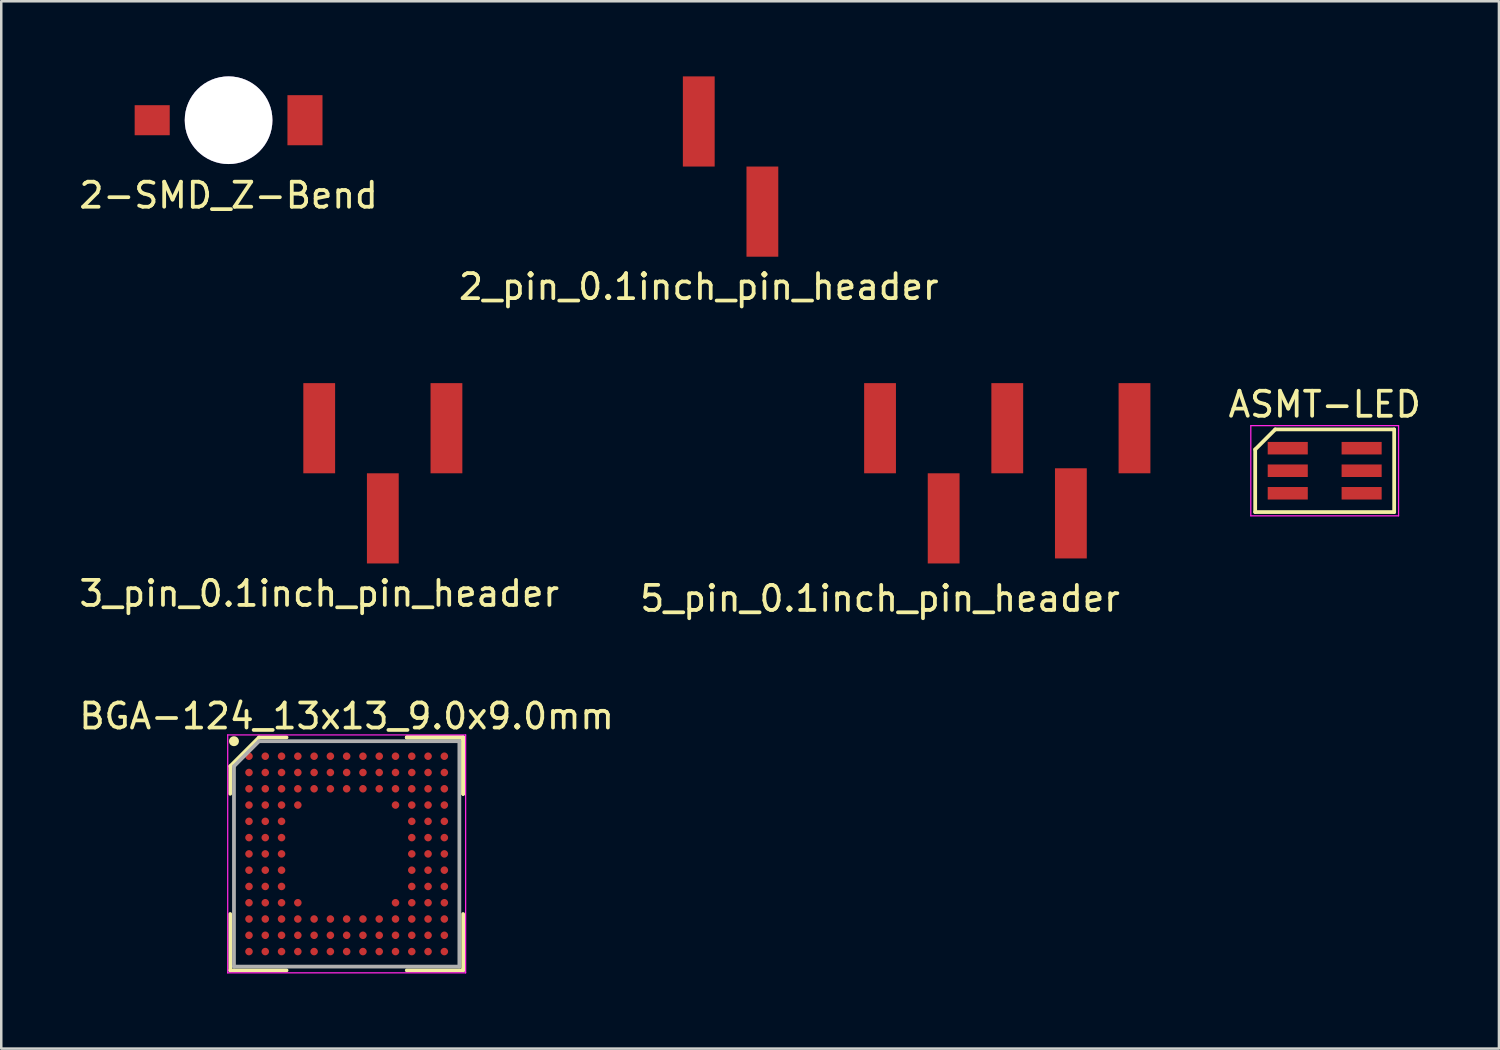
<source format=kicad_pcb>
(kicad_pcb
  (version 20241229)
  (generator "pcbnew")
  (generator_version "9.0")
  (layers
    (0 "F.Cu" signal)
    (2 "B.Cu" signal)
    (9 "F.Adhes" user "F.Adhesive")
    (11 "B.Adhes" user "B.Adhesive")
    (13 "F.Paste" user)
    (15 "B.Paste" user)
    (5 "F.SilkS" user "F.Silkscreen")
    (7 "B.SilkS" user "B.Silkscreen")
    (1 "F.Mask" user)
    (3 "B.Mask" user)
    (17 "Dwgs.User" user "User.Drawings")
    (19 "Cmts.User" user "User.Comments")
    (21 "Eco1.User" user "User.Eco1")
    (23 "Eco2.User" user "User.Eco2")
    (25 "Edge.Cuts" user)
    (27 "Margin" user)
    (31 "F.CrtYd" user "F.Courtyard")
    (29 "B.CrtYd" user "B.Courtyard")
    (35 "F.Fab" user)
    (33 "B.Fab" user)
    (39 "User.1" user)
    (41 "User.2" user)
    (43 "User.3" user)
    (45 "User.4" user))
  (footprint "2-SMD_Z-Bend"
    (layer "F.Cu")
    (at 6.077 1.75)
    (property "Reference" "2-SMD_Z-Bend" (at 0 3 0) (layer "F.SilkS") (effects (font (size 1 1) (thickness 0.15))))
    (attr through_hole)
    (pad "1" smd rect (at -3.05 0) (size 1.4 1.2) (layers "F.Cu" "F.Mask" "F.Paste"))
    (pad "2" smd rect (at 3.05 0) (size 1.4 2) (layers "F.Cu" "F.Mask" "F.Paste"))
    (pad "~" thru_hole circle (at 0 0) (size 3.5 3.5) (drill 3.5) (layers "*.Cu" "*.Mask")))
  (footprint "3_pin_0.1inch_pin_header"
    (layer "F.Cu")
    (at 9.696 15.848)
    (property "Reference" "3_pin_0.1inch_pin_header" (at 0 4.8 0) (layer "F.SilkS") (effects (font (size 1 1) (thickness 0.15))))
    (attr through_hole)
    (pad "1" smd rect (at 0 -1.8) (size 1.27 3.6) (layers "F.Cu" "F.Mask" "F.Paste"))
    (pad "2" smd rect (at 2.54 1.8) (size 1.27 3.6) (layers "F.Cu" "F.Mask" "F.Paste"))
    (pad "3" smd rect (at 5.08 -1.8) (size 1.27 3.6) (layers "F.Cu" "F.Mask" "F.Paste")))
  (footprint "2_pin_0.1inch_pin_header"
    (layer "F.Cu")
    (at 24.851 3.6)
    (property "Reference" "2_pin_0.1inch_pin_header" (at 0 4.8 0) (layer "F.SilkS") (effects (font (size 1 1) (thickness 0.15))))
    (attr through_hole)
    (pad "1" smd rect (at 0 -1.8) (size 1.27 3.6) (layers "F.Cu" "F.Mask" "F.Paste"))
    (pad "2" smd rect (at 2.54 1.8) (size 1.27 3.6) (layers "F.Cu" "F.Mask" "F.Paste")))
  (footprint "5_pin_0.1inch_pin_header"
    (layer "F.Cu")
    (at 32.089 15.848)
    (property "Reference" "5_pin_0.1inch_pin_header" (at 0 5 0) (layer "F.SilkS") (effects (font (size 1 1) (thickness 0.15))))
    (attr through_hole)
    (pad "1" smd rect (at 0 -1.8) (size 1.27 3.6) (layers "F.Cu" "F.Mask" "F.Paste"))
    (pad "2" smd rect (at 2.54 1.8) (size 1.27 3.6) (layers "F.Cu" "F.Mask" "F.Paste"))
    (pad "3" smd rect (at 5.08 -1.8) (size 1.27 3.6) (layers "F.Cu" "F.Mask" "F.Paste"))
    (pad "4" smd rect (at 7.62 1.6) (size 1.27 3.6) (layers "F.Cu" "F.Mask" "F.Paste"))
    (pad "5" smd rect (at 10.16 -1.8) (size 1.27 3.6) (layers "F.Cu" "F.Mask" "F.Paste")))
  (footprint "ASMT-LED"
    (layer "F.Cu")
    (at 49.822 15.827)
    (property "Reference" "ASMT-LED" (at 0.021 -2.731 0) (layer "F.SilkS") (effects (font (size 1 1) (thickness 0.15))))
    (attr smd)
    (fp_line (start -2.754 -0.931) (end -1.954 -1.731) (stroke (width 0.15) (type solid)) (layer "F.SilkS"))
    (fp_line (start -2.754 1.569) (end -2.754 -0.931) (stroke (width 0.15) (type solid)) (layer "F.SilkS"))
    (fp_line (start -1.954 -1.731) (end 2.796 -1.731) (stroke (width 0.15) (type solid)) (layer "F.SilkS"))
    (fp_line (start 2.796 -1.731) (end 2.796 1.569) (stroke (width 0.15) (type solid)) (layer "F.SilkS"))
    (fp_line (start 2.796 1.569) (end -2.754 1.569) (stroke (width 0.15) (type solid)) (layer "F.SilkS"))
    (fp_line (start -2.929 -1.881) (end 2.971 -1.881) (stroke (width 0.05) (type solid)) (layer "F.CrtYd"))
    (fp_line (start -2.929 1.719) (end -2.929 -1.881) (stroke (width 0.05) (type solid)) (layer "F.CrtYd"))
    (fp_line (start 2.971 -1.881) (end 2.971 1.719) (stroke (width 0.05) (type solid)) (layer "F.CrtYd"))
    (fp_line (start 2.971 1.719) (end -2.929 1.719) (stroke (width 0.05) (type solid)) (layer "F.CrtYd"))
    (pad "1" smd rect (at -1.454 -0.981 270) (size 0.5 1.6) (layers "F.Cu" "F.Mask" "F.Paste"))
    (pad "2" smd rect (at -1.454 -0.081 270) (size 0.5 1.6) (layers "F.Cu" "F.Mask" "F.Paste"))
    (pad "3" smd rect (at -1.454 0.819 270) (size 0.5 1.6) (layers "F.Cu" "F.Mask" "F.Paste"))
    (pad "4" smd rect (at 1.496 0.819 270) (size 0.5 1.6) (layers "F.Cu" "F.Mask" "F.Paste"))
    (pad "5" smd rect (at 1.496 -0.081 270) (size 0.5 1.6) (layers "F.Cu" "F.Mask" "F.Paste"))
    (pad "6" smd rect (at 1.496 -0.981 270) (size 0.5 1.6) (layers "F.Cu" "F.Mask" "F.Paste")))
  (footprint "BGA-124_13x13_9.0x9.0mm"
    (layer "F.Cu")
    (at 10.792 31.045)
    (property "Reference" "BGA-124_13x13_9.0x9.0mm" (at 0 -5.5 0) (layer "F.SilkS") (effects (font (size 1 1) (thickness 0.15))))
    (attr smd)
    (fp_line (start -4.65 -3.5) (end -4.65 -2.4) (stroke (width 0.15) (type solid)) (layer "F.SilkS"))
    (fp_line (start -4.65 4.65) (end -4.65 2.4) (stroke (width 0.15) (type solid)) (layer "F.SilkS"))
    (fp_line (start -3.5 -4.65) (end -4.65 -3.5) (stroke (width 0.15) (type solid)) (layer "F.SilkS"))
    (fp_line (start -2.4 -4.65) (end -3.5 -4.65) (stroke (width 0.15) (type solid)) (layer "F.SilkS"))
    (fp_line (start -2.4 4.65) (end -4.65 4.65) (stroke (width 0.15) (type solid)) (layer "F.SilkS"))
    (fp_line (start 2.4 -4.65) (end 4.65 -4.65) (stroke (width 0.15) (type solid)) (layer "F.SilkS"))
    (fp_line (start 2.4 -4.65) (end 4.65 -4.65) (stroke (width 0.15) (type solid)) (layer "F.SilkS"))
    (fp_line (start 2.4 -4.65) (end 4.65 -4.65) (stroke (width 0.15) (type solid)) (layer "F.SilkS"))
    (fp_line (start 2.4 4.65) (end 4.65 4.65) (stroke (width 0.15) (type solid)) (layer "F.SilkS"))
    (fp_line (start 4.65 -4.65) (end 4.65 -2.4) (stroke (width 0.15) (type solid)) (layer "F.SilkS"))
    (fp_line (start 4.65 -4.65) (end 4.65 -2.4) (stroke (width 0.15) (type solid)) (layer "F.SilkS"))
    (fp_line (start 4.65 -4.65) (end 4.65 -2.4) (stroke (width 0.15) (type solid)) (layer "F.SilkS"))
    (fp_line (start 4.65 4.65) (end 4.65 2.4) (stroke (width 0.15) (type solid)) (layer "F.SilkS"))
    (fp_circle (center -4.5 -4.5) (end -4.5 -4.4) (stroke (width 0.2) (type solid)) (fill no) (layer "F.SilkS"))
    (fp_line (start -4.75 -4.75) (end 4.75 -4.75) (stroke (width 0.05) (type solid)) (layer "F.CrtYd"))
    (fp_line (start -4.75 4.75) (end -4.75 -4.75) (stroke (width 0.05) (type solid)) (layer "F.CrtYd"))
    (fp_line (start 4.75 -4.75) (end 4.75 4.75) (stroke (width 0.05) (type solid)) (layer "F.CrtYd"))
    (fp_line (start 4.75 4.75) (end -4.75 4.75) (stroke (width 0.05) (type solid)) (layer "F.CrtYd"))
    (fp_line (start -4.5 -3.5) (end -4.5 4.5) (stroke (width 0.15) (type solid)) (layer "F.Fab"))
    (fp_line (start -4.5 4.5) (end 4.5 4.5) (stroke (width 0.15) (type solid)) (layer "F.Fab"))
    (fp_line (start -3.5 -4.5) (end -4.5 -3.5) (stroke (width 0.15) (type solid)) (layer "F.Fab"))
    (fp_line (start 4.5 -4.5) (end -3.5 -4.5) (stroke (width 0.15) (type solid)) (layer "F.Fab"))
    (fp_line (start 4.5 4.5) (end 4.5 -4.5) (stroke (width 0.15) (type solid)) (layer "F.Fab"))
    (pad "A1" smd circle (at -3.9 -3.9) (size 0.3 0.3) (layers "F.Cu" "F.Mask" "F.Paste"))
    (pad "A2" smd circle (at -3.25 -3.9) (size 0.3 0.3) (layers "F.Cu" "F.Mask" "F.Paste"))
    (pad "A3" smd circle (at -2.6 -3.9) (size 0.3 0.3) (layers "F.Cu" "F.Mask" "F.Paste"))
    (pad "A4" smd circle (at -1.95 -3.9) (size 0.3 0.3) (layers "F.Cu" "F.Mask" "F.Paste"))
    (pad "A5" smd circle (at -1.3 -3.9) (size 0.3 0.3) (layers "F.Cu" "F.Mask" "F.Paste"))
    (pad "A6" smd circle (at -0.65 -3.9) (size 0.3 0.3) (layers "F.Cu" "F.Mask" "F.Paste"))
    (pad "A7" smd circle (at 0 -3.9) (size 0.3 0.3) (layers "F.Cu" "F.Mask" "F.Paste"))
    (pad "A8" smd circle (at 0.65 -3.9) (size 0.3 0.3) (layers "F.Cu" "F.Mask" "F.Paste"))
    (pad "A9" smd circle (at 1.3 -3.9) (size 0.3 0.3) (layers "F.Cu" "F.Mask" "F.Paste"))
    (pad "A10" smd circle (at 1.95 -3.9) (size 0.3 0.3) (layers "F.Cu" "F.Mask" "F.Paste"))
    (pad "A11" smd circle (at 2.6 -3.9) (size 0.3 0.3) (layers "F.Cu" "F.Mask" "F.Paste"))
    (pad "A12" smd circle (at 3.25 -3.9) (size 0.3 0.3) (layers "F.Cu" "F.Mask" "F.Paste"))
    (pad "A13" smd circle (at 3.9 -3.9) (size 0.3 0.3) (layers "F.Cu" "F.Mask" "F.Paste"))
    (pad "B1" smd circle (at -3.9 -3.25) (size 0.3 0.3) (layers "F.Cu" "F.Mask" "F.Paste"))
    (pad "B2" smd circle (at -3.25 -3.25) (size 0.3 0.3) (layers "F.Cu" "F.Mask" "F.Paste"))
    (pad "B3" smd circle (at -2.6 -3.25) (size 0.3 0.3) (layers "F.Cu" "F.Mask" "F.Paste"))
    (pad "B4" smd circle (at -1.95 -3.25) (size 0.3 0.3) (layers "F.Cu" "F.Mask" "F.Paste"))
    (pad "B5" smd circle (at -1.3 -3.25) (size 0.3 0.3) (layers "F.Cu" "F.Mask" "F.Paste"))
    (pad "B6" smd circle (at -0.65 -3.25) (size 0.3 0.3) (layers "F.Cu" "F.Mask" "F.Paste"))
    (pad "B7" smd circle (at 0 -3.25) (size 0.3 0.3) (layers "F.Cu" "F.Mask" "F.Paste"))
    (pad "B8" smd circle (at 0.65 -3.25) (size 0.3 0.3) (layers "F.Cu" "F.Mask" "F.Paste"))
    (pad "B9" smd circle (at 1.3 -3.25) (size 0.3 0.3) (layers "F.Cu" "F.Mask" "F.Paste"))
    (pad "B10" smd circle (at 1.95 -3.25) (size 0.3 0.3) (layers "F.Cu" "F.Mask" "F.Paste"))
    (pad "B11" smd circle (at 2.6 -3.25) (size 0.3 0.3) (layers "F.Cu" "F.Mask" "F.Paste"))
    (pad "B12" smd circle (at 3.25 -3.25) (size 0.3 0.3) (layers "F.Cu" "F.Mask" "F.Paste"))
    (pad "B13" smd circle (at 3.9 -3.25) (size 0.3 0.3) (layers "F.Cu" "F.Mask" "F.Paste"))
    (pad "C1" smd circle (at -3.9 -2.6) (size 0.3 0.3) (layers "F.Cu" "F.Mask" "F.Paste"))
    (pad "C2" smd circle (at -3.25 -2.6) (size 0.3 0.3) (layers "F.Cu" "F.Mask" "F.Paste"))
    (pad "C3" smd circle (at -2.6 -2.6) (size 0.3 0.3) (layers "F.Cu" "F.Mask" "F.Paste"))
    (pad "C4" smd circle (at -1.95 -2.6) (size 0.3 0.3) (layers "F.Cu" "F.Mask" "F.Paste"))
    (pad "C5" smd circle (at -1.3 -2.6) (size 0.3 0.3) (layers "F.Cu" "F.Mask" "F.Paste"))
    (pad "C6" smd circle (at -0.65 -2.6) (size 0.3 0.3) (layers "F.Cu" "F.Mask" "F.Paste"))
    (pad "C7" smd circle (at 0 -2.6) (size 0.3 0.3) (layers "F.Cu" "F.Mask" "F.Paste"))
    (pad "C8" smd circle (at 0.65 -2.6) (size 0.3 0.3) (layers "F.Cu" "F.Mask" "F.Paste"))
    (pad "C9" smd circle (at 1.3 -2.6) (size 0.3 0.3) (layers "F.Cu" "F.Mask" "F.Paste"))
    (pad "C10" smd circle (at 1.95 -2.6) (size 0.3 0.3) (layers "F.Cu" "F.Mask" "F.Paste"))
    (pad "C11" smd circle (at 2.6 -2.6) (size 0.3 0.3) (layers "F.Cu" "F.Mask" "F.Paste"))
    (pad "C12" smd circle (at 3.25 -2.6) (size 0.3 0.3) (layers "F.Cu" "F.Mask" "F.Paste"))
    (pad "C13" smd circle (at 3.9 -2.6) (size 0.3 0.3) (layers "F.Cu" "F.Mask" "F.Paste"))
    (pad "D1" smd circle (at -3.9 -1.95) (size 0.3 0.3) (layers "F.Cu" "F.Mask" "F.Paste"))
    (pad "D2" smd circle (at -3.25 -1.95) (size 0.3 0.3) (layers "F.Cu" "F.Mask" "F.Paste"))
    (pad "D3" smd circle (at -2.6 -1.95) (size 0.3 0.3) (layers "F.Cu" "F.Mask" "F.Paste"))
    (pad "D4" smd circle (at -1.95 -1.95) (size 0.3 0.3) (layers "F.Cu" "F.Mask" "F.Paste"))
    (pad "D10" smd circle (at 1.95 -1.95) (size 0.3 0.3) (layers "F.Cu" "F.Mask" "F.Paste"))
    (pad "D11" smd circle (at 2.6 -1.95) (size 0.3 0.3) (layers "F.Cu" "F.Mask" "F.Paste"))
    (pad "D12" smd circle (at 3.25 -1.95) (size 0.3 0.3) (layers "F.Cu" "F.Mask" "F.Paste"))
    (pad "D13" smd circle (at 3.9 -1.95) (size 0.3 0.3) (layers "F.Cu" "F.Mask" "F.Paste"))
    (pad "E1" smd circle (at -3.9 -1.3) (size 0.3 0.3) (layers "F.Cu" "F.Mask" "F.Paste"))
    (pad "E2" smd circle (at -3.25 -1.3) (size 0.3 0.3) (layers "F.Cu" "F.Mask" "F.Paste"))
    (pad "E3" smd circle (at -2.6 -1.3) (size 0.3 0.3) (layers "F.Cu" "F.Mask" "F.Paste"))
    (pad "E11" smd circle (at 2.6 -1.3) (size 0.3 0.3) (layers "F.Cu" "F.Mask" "F.Paste"))
    (pad "E12" smd circle (at 3.25 -1.3) (size 0.3 0.3) (layers "F.Cu" "F.Mask" "F.Paste"))
    (pad "E13" smd circle (at 3.9 -1.3) (size 0.3 0.3) (layers "F.Cu" "F.Mask" "F.Paste"))
    (pad "F1" smd circle (at -3.9 -0.65) (size 0.3 0.3) (layers "F.Cu" "F.Mask" "F.Paste"))
    (pad "F2" smd circle (at -3.25 -0.65) (size 0.3 0.3) (layers "F.Cu" "F.Mask" "F.Paste"))
    (pad "F3" smd circle (at -2.6 -0.65) (size 0.3 0.3) (layers "F.Cu" "F.Mask" "F.Paste"))
    (pad "F11" smd circle (at 2.6 -0.65) (size 0.3 0.3) (layers "F.Cu" "F.Mask" "F.Paste"))
    (pad "F12" smd circle (at 3.25 -0.65) (size 0.3 0.3) (layers "F.Cu" "F.Mask" "F.Paste"))
    (pad "F13" smd circle (at 3.9 -0.65) (size 0.3 0.3) (layers "F.Cu" "F.Mask" "F.Paste"))
    (pad "G1" smd circle (at -3.9 0) (size 0.3 0.3) (layers "F.Cu" "F.Mask" "F.Paste"))
    (pad "G2" smd circle (at -3.25 0) (size 0.3 0.3) (layers "F.Cu" "F.Mask" "F.Paste"))
    (pad "G3" smd circle (at -2.6 0) (size 0.3 0.3) (layers "F.Cu" "F.Mask" "F.Paste"))
    (pad "G11" smd circle (at 2.6 0) (size 0.3 0.3) (layers "F.Cu" "F.Mask" "F.Paste"))
    (pad "G12" smd circle (at 3.25 0) (size 0.3 0.3) (layers "F.Cu" "F.Mask" "F.Paste"))
    (pad "G13" smd circle (at 3.9 0) (size 0.3 0.3) (layers "F.Cu" "F.Mask" "F.Paste"))
    (pad "H1" smd circle (at -3.9 0.65) (size 0.3 0.3) (layers "F.Cu" "F.Mask" "F.Paste"))
    (pad "H2" smd circle (at -3.25 0.65) (size 0.3 0.3) (layers "F.Cu" "F.Mask" "F.Paste"))
    (pad "H3" smd circle (at -2.6 0.65) (size 0.3 0.3) (layers "F.Cu" "F.Mask" "F.Paste"))
    (pad "H11" smd circle (at 2.6 0.65) (size 0.3 0.3) (layers "F.Cu" "F.Mask" "F.Paste"))
    (pad "H12" smd circle (at 3.25 0.65) (size 0.3 0.3) (layers "F.Cu" "F.Mask" "F.Paste"))
    (pad "H13" smd circle (at 3.9 0.65) (size 0.3 0.3) (layers "F.Cu" "F.Mask" "F.Paste"))
    (pad "J1" smd circle (at -3.9 1.3) (size 0.3 0.3) (layers "F.Cu" "F.Mask" "F.Paste"))
    (pad "J2" smd circle (at -3.25 1.3) (size 0.3 0.3) (layers "F.Cu" "F.Mask" "F.Paste"))
    (pad "J3" smd circle (at -2.6 1.3) (size 0.3 0.3) (layers "F.Cu" "F.Mask" "F.Paste"))
    (pad "J11" smd circle (at 2.6 1.3) (size 0.3 0.3) (layers "F.Cu" "F.Mask" "F.Paste"))
    (pad "J12" smd circle (at 3.25 1.3) (size 0.3 0.3) (layers "F.Cu" "F.Mask" "F.Paste"))
    (pad "J13" smd circle (at 3.9 1.3) (size 0.3 0.3) (layers "F.Cu" "F.Mask" "F.Paste"))
    (pad "K1" smd circle (at -3.9 1.95) (size 0.3 0.3) (layers "F.Cu" "F.Mask" "F.Paste"))
    (pad "K2" smd circle (at -3.25 1.95) (size 0.3 0.3) (layers "F.Cu" "F.Mask" "F.Paste"))
    (pad "K3" smd circle (at -2.6 1.95) (size 0.3 0.3) (layers "F.Cu" "F.Mask" "F.Paste"))
    (pad "K4" smd circle (at -1.95 1.95) (size 0.3 0.3) (layers "F.Cu" "F.Mask" "F.Paste"))
    (pad "K10" smd circle (at 1.95 1.95) (size 0.3 0.3) (layers "F.Cu" "F.Mask" "F.Paste"))
    (pad "K11" smd circle (at 2.6 1.95) (size 0.3 0.3) (layers "F.Cu" "F.Mask" "F.Paste"))
    (pad "K12" smd circle (at 3.25 1.95) (size 0.3 0.3) (layers "F.Cu" "F.Mask" "F.Paste"))
    (pad "K13" smd circle (at 3.9 1.95) (size 0.3 0.3) (layers "F.Cu" "F.Mask" "F.Paste"))
    (pad "L1" smd circle (at -3.9 2.6) (size 0.3 0.3) (layers "F.Cu" "F.Mask" "F.Paste"))
    (pad "L2" smd circle (at -3.25 2.6) (size 0.3 0.3) (layers "F.Cu" "F.Mask" "F.Paste"))
    (pad "L3" smd circle (at -2.6 2.6) (size 0.3 0.3) (layers "F.Cu" "F.Mask" "F.Paste"))
    (pad "L4" smd circle (at -1.95 2.6) (size 0.3 0.3) (layers "F.Cu" "F.Mask" "F.Paste"))
    (pad "L5" smd circle (at -1.3 2.6) (size 0.3 0.3) (layers "F.Cu" "F.Mask" "F.Paste"))
    (pad "L6" smd circle (at -0.65 2.6) (size 0.3 0.3) (layers "F.Cu" "F.Mask" "F.Paste"))
    (pad "L7" smd circle (at 0 2.6) (size 0.3 0.3) (layers "F.Cu" "F.Mask" "F.Paste"))
    (pad "L8" smd circle (at 0.65 2.6) (size 0.3 0.3) (layers "F.Cu" "F.Mask" "F.Paste"))
    (pad "L9" smd circle (at 1.3 2.6) (size 0.3 0.3) (layers "F.Cu" "F.Mask" "F.Paste"))
    (pad "L10" smd circle (at 1.95 2.6) (size 0.3 0.3) (layers "F.Cu" "F.Mask" "F.Paste"))
    (pad "L11" smd circle (at 2.6 2.6) (size 0.3 0.3) (layers "F.Cu" "F.Mask" "F.Paste"))
    (pad "L12" smd circle (at 3.25 2.6) (size 0.3 0.3) (layers "F.Cu" "F.Mask" "F.Paste"))
    (pad "L13" smd circle (at 3.9 2.6) (size 0.3 0.3) (layers "F.Cu" "F.Mask" "F.Paste"))
    (pad "M1" smd circle (at -3.9 3.25) (size 0.3 0.3) (layers "F.Cu" "F.Mask" "F.Paste"))
    (pad "M2" smd circle (at -3.25 3.25) (size 0.3 0.3) (layers "F.Cu" "F.Mask" "F.Paste"))
    (pad "M3" smd circle (at -2.6 3.25) (size 0.3 0.3) (layers "F.Cu" "F.Mask" "F.Paste"))
    (pad "M4" smd circle (at -1.95 3.25) (size 0.3 0.3) (layers "F.Cu" "F.Mask" "F.Paste"))
    (pad "M5" smd circle (at -1.3 3.25) (size 0.3 0.3) (layers "F.Cu" "F.Mask" "F.Paste"))
    (pad "M6" smd circle (at -0.65 3.25) (size 0.3 0.3) (layers "F.Cu" "F.Mask" "F.Paste"))
    (pad "M7" smd circle (at 0 3.25) (size 0.3 0.3) (layers "F.Cu" "F.Mask" "F.Paste"))
    (pad "M8" smd circle (at 0.65 3.25) (size 0.3 0.3) (layers "F.Cu" "F.Mask" "F.Paste"))
    (pad "M9" smd circle (at 1.3 3.25) (size 0.3 0.3) (layers "F.Cu" "F.Mask" "F.Paste"))
    (pad "M10" smd circle (at 1.95 3.25) (size 0.3 0.3) (layers "F.Cu" "F.Mask" "F.Paste"))
    (pad "M11" smd circle (at 2.6 3.25) (size 0.3 0.3) (layers "F.Cu" "F.Mask" "F.Paste"))
    (pad "M12" smd circle (at 3.25 3.25) (size 0.3 0.3) (layers "F.Cu" "F.Mask" "F.Paste"))
    (pad "M13" smd circle (at 3.9 3.25) (size 0.3 0.3) (layers "F.Cu" "F.Mask" "F.Paste"))
    (pad "N1" smd circle (at -3.9 3.9) (size 0.3 0.3) (layers "F.Cu" "F.Mask" "F.Paste"))
    (pad "N2" smd circle (at -3.25 3.9) (size 0.3 0.3) (layers "F.Cu" "F.Mask" "F.Paste"))
    (pad "N3" smd circle (at -2.6 3.9) (size 0.3 0.3) (layers "F.Cu" "F.Mask" "F.Paste"))
    (pad "N4" smd circle (at -1.95 3.9) (size 0.3 0.3) (layers "F.Cu" "F.Mask" "F.Paste"))
    (pad "N5" smd circle (at -1.3 3.9) (size 0.3 0.3) (layers "F.Cu" "F.Mask" "F.Paste"))
    (pad "N6" smd circle (at -0.65 3.9) (size 0.3 0.3) (layers "F.Cu" "F.Mask" "F.Paste"))
    (pad "N7" smd circle (at 0 3.9) (size 0.3 0.3) (layers "F.Cu" "F.Mask" "F.Paste"))
    (pad "N8" smd circle (at 0.65 3.9) (size 0.3 0.3) (layers "F.Cu" "F.Mask" "F.Paste"))
    (pad "N9" smd circle (at 1.3 3.9) (size 0.3 0.3) (layers "F.Cu" "F.Mask" "F.Paste"))
    (pad "N10" smd circle (at 1.95 3.9) (size 0.3 0.3) (layers "F.Cu" "F.Mask" "F.Paste"))
    (pad "N11" smd circle (at 2.6 3.9) (size 0.3 0.3) (layers "F.Cu" "F.Mask" "F.Paste"))
    (pad "N12" smd circle (at 3.25 3.9) (size 0.3 0.3) (layers "F.Cu" "F.Mask" "F.Paste"))
    (pad "N13" smd circle (at 3.9 3.9) (size 0.3 0.3) (layers "F.Cu" "F.Mask" "F.Paste")))
  (gr_rect
    (start -3 -3)
    (end 56.801 38.82)
    (stroke (width 0.1) (type default))
    (fill no)
    (layer "Edge.Cuts")))
</source>
